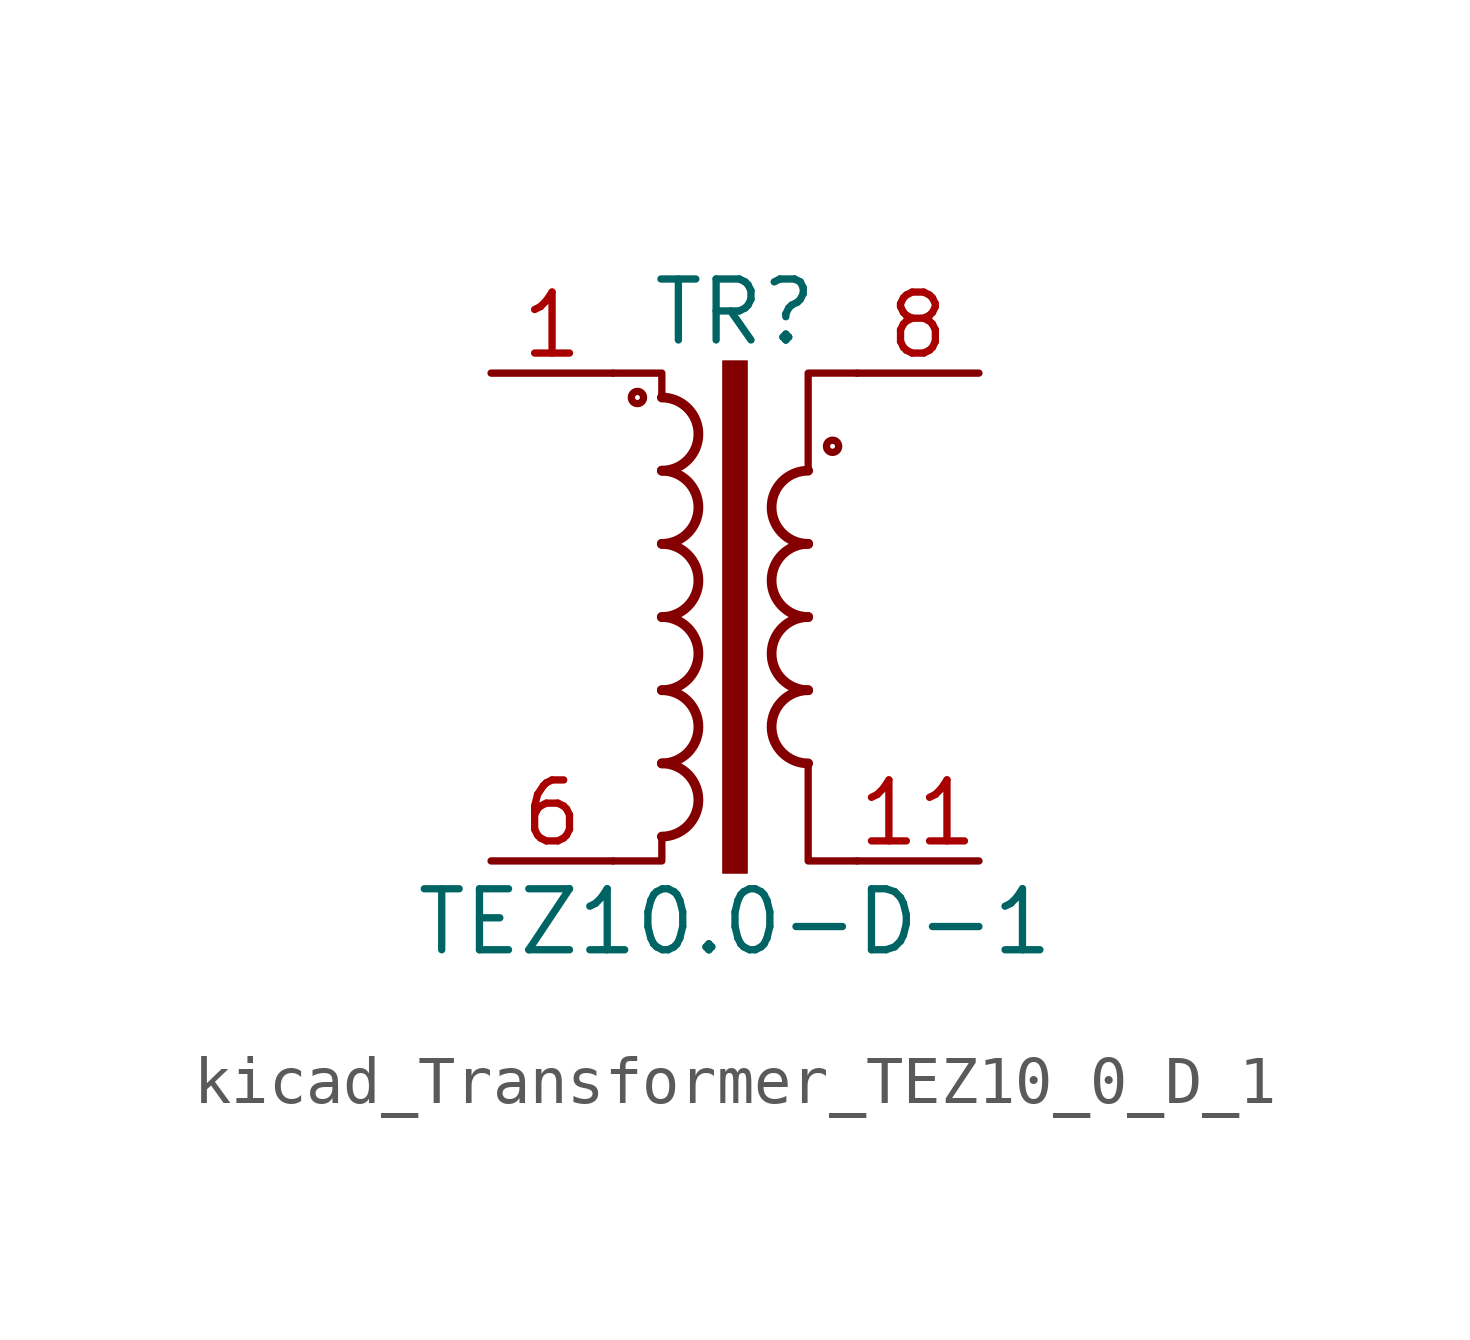
<source format=kicad_sym>
(kicad_symbol_lib
  (version 20220914)
  (generator kicad_symbol_editor)
  (symbol "kicad_Transformer_TEZ10_0_D_1"
    (pin_names
      (offset 0.025))
    (property "Reference" "TR"
      (at 0 6.35 0)
      (effects (font (size 1.27 1.27))))
    (property "Value" "TEZ10.0-D-1"
      (at 0 -6.35 0)
      (effects (font (size 1.27 1.27))))
    (symbol "kicad_Transformer_TEZ10_0_D_1_0_1"
      (circle (center -2.032 4.572) (radius 0.127) (stroke (width 0) (type default)) (fill (type none)))
      (arc (start -1.524 -4.572) (mid -0.7653 -3.81) (end -1.524 -3.048) (stroke (width 0.2032) (type default)) (fill (type none)))
      (arc (start -1.524 -3.048) (mid -0.7653 -2.286) (end -1.524 -1.524) (stroke (width 0.2032) (type default)) (fill (type none)))
      (arc (start -1.524 -1.524) (mid -0.7653 -0.762) (end -1.524 0) (stroke (width 0.2032) (type default)) (fill (type none)))
      (arc (start -1.524 0) (mid -0.7653 0.762) (end -1.524 1.524) (stroke (width 0.2032) (type default)) (fill (type none)))
      (arc (start -1.524 1.524) (mid -0.7653 2.286) (end -1.524 3.048) (stroke (width 0.2032) (type default)) (fill (type none)))
      (arc (start -1.524 3.048) (mid -0.7653 3.81) (end -1.524 4.572) (stroke (width 0.2032) (type default)) (fill (type none)))
      (rectangle (start -0.254 5.334) (end 0.254 -5.334) (stroke (width 0.025) (type default)) (fill (type outline)))
      (polyline (pts (xy -1.524 -4.572) (xy -1.524 -5.08) (xy -2.54 -5.08)) (stroke (width 0) (type default)) (fill (type none)))
      (polyline (pts (xy -1.524 4.572) (xy -1.524 5.08) (xy -2.54 5.08)) (stroke (width 0) (type default)) (fill (type none)))
      (polyline (pts (xy 1.524 3.048) (xy 1.524 5.08) (xy 2.54 5.08) (xy 2.54 5.08)) (stroke (width 0.152) (type default)) (fill (type none)))
      (polyline (pts (xy 2.54 -5.08) (xy 1.524 -5.08) (xy 1.524 -3.048) (xy 1.524 -3.048)) (stroke (width 0.152) (type default)) (fill (type none)))
      (arc (start 1.524 -1.524) (mid 0.7653 -2.286) (end 1.524 -3.048) (stroke (width 0.2032) (type default)) (fill (type none)))
      (arc (start 1.524 0) (mid 0.7653 -0.762) (end 1.524 -1.524) (stroke (width 0.2032) (type default)) (fill (type none)))
      (arc (start 1.524 1.524) (mid 0.7653 0.762) (end 1.524 0) (stroke (width 0.2032) (type default)) (fill (type none)))
      (arc (start 1.524 3.048) (mid 0.7653 2.286) (end 1.524 1.524) (stroke (width 0.2032) (type default)) (fill (type none)))
      (circle (center 2.032 3.556) (radius 0.127) (stroke (width 0) (type default)) (fill (type none))))
    (symbol "kicad_Transformer_TEZ10_0_D_1_1_1"
      (pin passive line (at -5.08 5.08 0) (length 2.54) (name "~" (effects (font (size 1.27 1.27)))) (number "1" (effects (font (size 1.27 1.27)))))
      (pin passive line (at 5.08 -5.08 180) (length 2.54) (name "~" (effects (font (size 1.27 1.27)))) (number "11" (effects (font (size 1.27 1.27)))))
      (pin passive line (at -5.08 -5.08 0) (length 2.54) (name "~" (effects (font (size 1.27 1.27)))) (number "6" (effects (font (size 1.27 1.27)))))
      (pin passive line (at 5.08 5.08 180) (length 2.54) (name "~" (effects (font (size 1.27 1.27)))) (number "8" (effects (font (size 1.27 1.27))))))))
</source>
